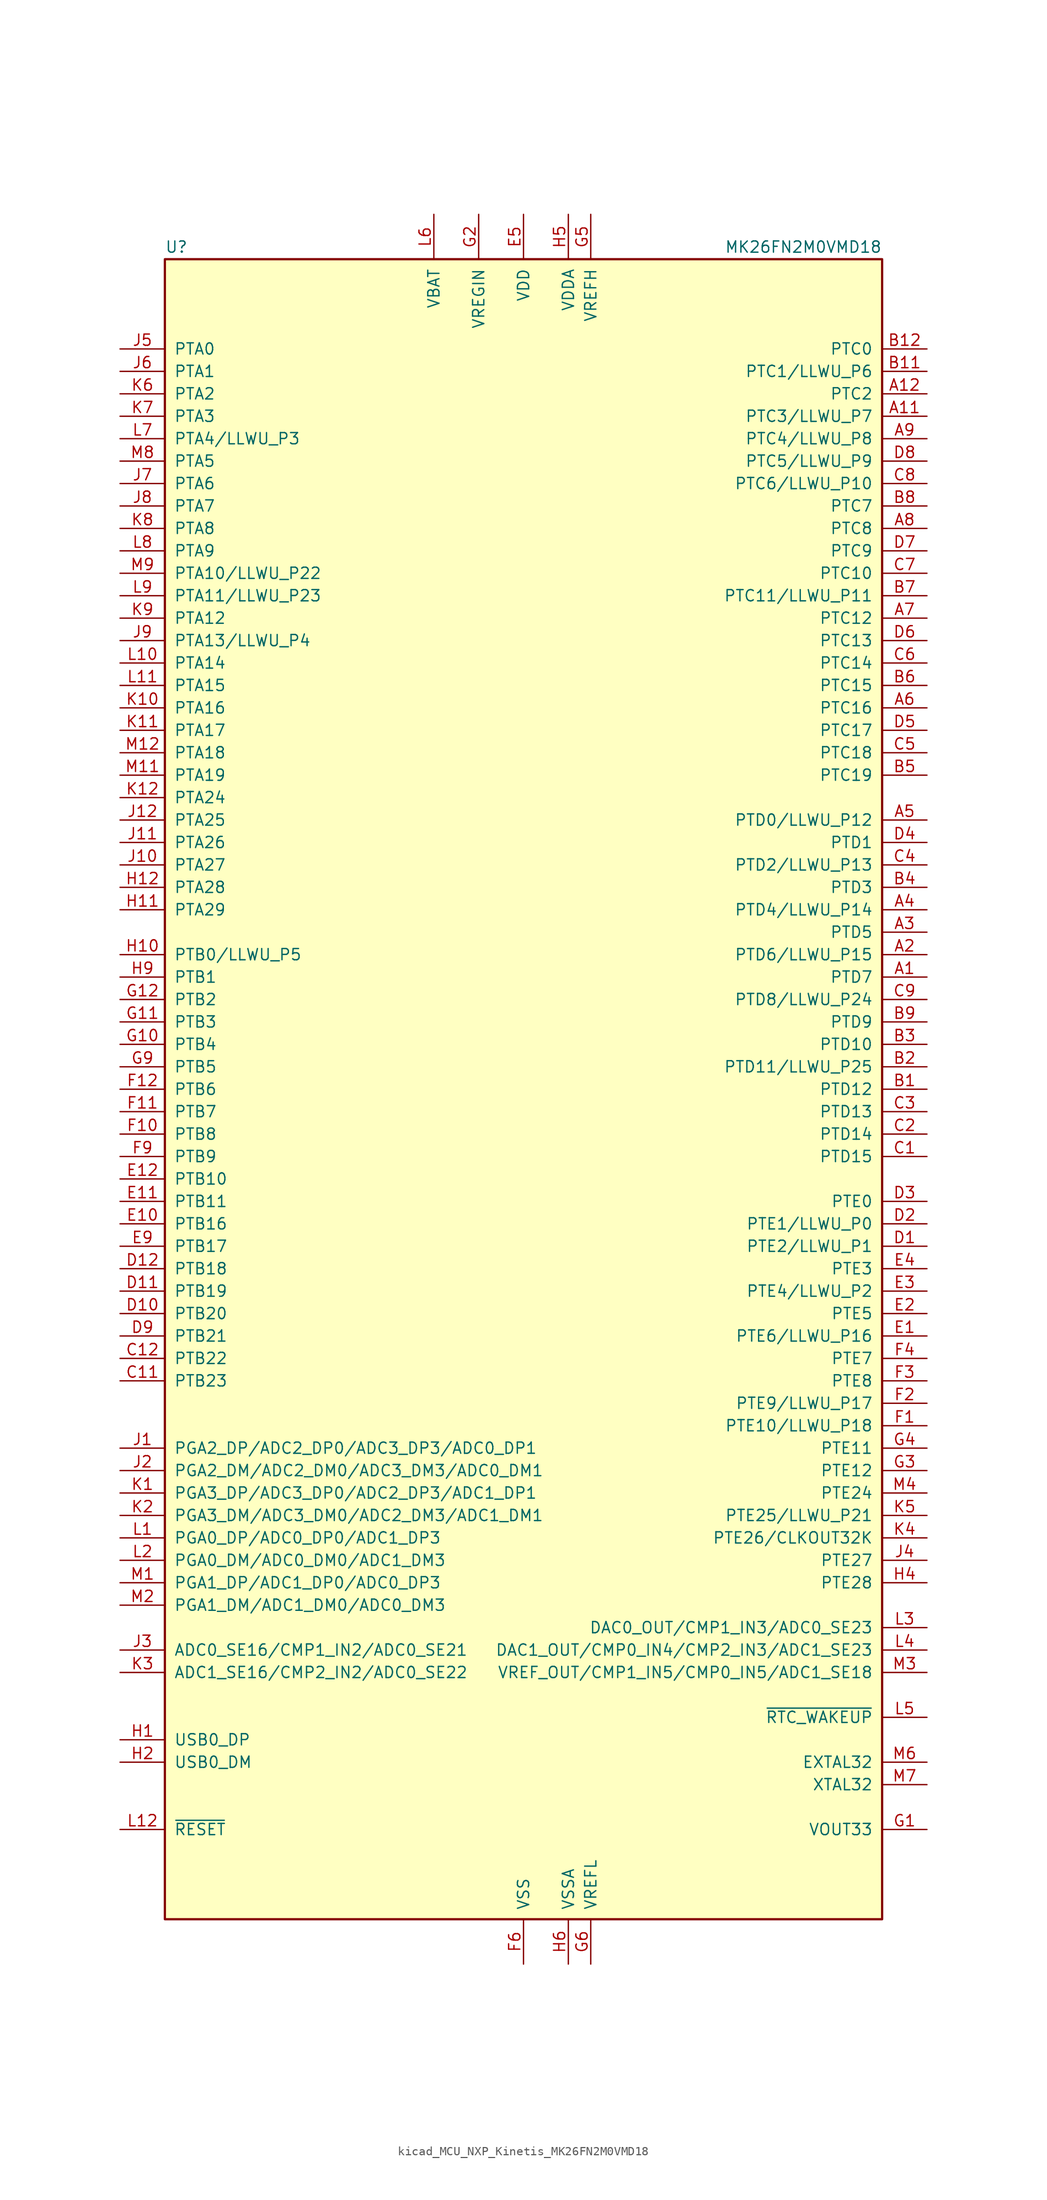
<source format=kicad_sym>
(kicad_symbol_lib
  (version 20220914)
  (generator kicad_symbol_editor)
  (symbol "kicad_MCU_NXP_Kinetis_MK26FN2M0VMD18"
    (pin_names
      (offset 1.016))
    (property "Reference" "U"
      (at -40.64 94.615 0)
      (effects (font (size 1.27 1.27)) (justify left bottom)))
    (property "Value" "MK26FN2M0VMD18"
      (at 40.64 94.615 0)
      (effects (font (size 1.27 1.27)) (justify right bottom)))
    (symbol "kicad_MCU_NXP_Kinetis_MK26FN2M0VMD18_0_1"
      (rectangle (start -40.64 93.98) (end 40.64 -93.98) (stroke (width 0.254) (type default)) (fill (type background))))
    (symbol "kicad_MCU_NXP_Kinetis_MK26FN2M0VMD18_1_1"
      (pin bidirectional line (at 45.72 12.7 180) (length 5.08) (name "PTD7" (effects (font (size 1.27 1.27)))) (number "A1" (effects (font (size 1.27 1.27)))))
      (pin no_connect line (at -12.7 -93.98 90) (length 5.08) hide (name "NC" (effects (font (size 1.27 1.27)))) (number "A10" (effects (font (size 1.27 1.27)))))
      (pin bidirectional line (at 45.72 76.2 180) (length 5.08) (name "PTC3/LLWU_P7" (effects (font (size 1.27 1.27)))) (number "A11" (effects (font (size 1.27 1.27)))))
      (pin bidirectional line (at 45.72 78.74 180) (length 5.08) (name "PTC2" (effects (font (size 1.27 1.27)))) (number "A12" (effects (font (size 1.27 1.27)))))
      (pin bidirectional line (at 45.72 15.24 180) (length 5.08) (name "PTD6/LLWU_P15" (effects (font (size 1.27 1.27)))) (number "A2" (effects (font (size 1.27 1.27)))))
      (pin bidirectional line (at 45.72 17.78 180) (length 5.08) (name "PTD5" (effects (font (size 1.27 1.27)))) (number "A3" (effects (font (size 1.27 1.27)))))
      (pin bidirectional line (at 45.72 20.32 180) (length 5.08) (name "PTD4/LLWU_P14" (effects (font (size 1.27 1.27)))) (number "A4" (effects (font (size 1.27 1.27)))))
      (pin bidirectional line (at 45.72 30.48 180) (length 5.08) (name "PTD0/LLWU_P12" (effects (font (size 1.27 1.27)))) (number "A5" (effects (font (size 1.27 1.27)))))
      (pin bidirectional line (at 45.72 43.18 180) (length 5.08) (name "PTC16" (effects (font (size 1.27 1.27)))) (number "A6" (effects (font (size 1.27 1.27)))))
      (pin bidirectional line (at 45.72 53.34 180) (length 5.08) (name "PTC12" (effects (font (size 1.27 1.27)))) (number "A7" (effects (font (size 1.27 1.27)))))
      (pin bidirectional line (at 45.72 63.5 180) (length 5.08) (name "PTC8" (effects (font (size 1.27 1.27)))) (number "A8" (effects (font (size 1.27 1.27)))))
      (pin bidirectional line (at 45.72 73.66 180) (length 5.08) (name "PTC4/LLWU_P8" (effects (font (size 1.27 1.27)))) (number "A9" (effects (font (size 1.27 1.27)))))
      (pin bidirectional line (at 45.72 0 180) (length 5.08) (name "PTD12" (effects (font (size 1.27 1.27)))) (number "B1" (effects (font (size 1.27 1.27)))))
      (pin no_connect line (at -10.16 -93.98 90) (length 5.08) hide (name "NC" (effects (font (size 1.27 1.27)))) (number "B10" (effects (font (size 1.27 1.27)))))
      (pin bidirectional line (at 45.72 81.28 180) (length 5.08) (name "PTC1/LLWU_P6" (effects (font (size 1.27 1.27)))) (number "B11" (effects (font (size 1.27 1.27)))))
      (pin bidirectional line (at 45.72 83.82 180) (length 5.08) (name "PTC0" (effects (font (size 1.27 1.27)))) (number "B12" (effects (font (size 1.27 1.27)))))
      (pin bidirectional line (at 45.72 2.54 180) (length 5.08) (name "PTD11/LLWU_P25" (effects (font (size 1.27 1.27)))) (number "B2" (effects (font (size 1.27 1.27)))))
      (pin bidirectional line (at 45.72 5.08 180) (length 5.08) (name "PTD10" (effects (font (size 1.27 1.27)))) (number "B3" (effects (font (size 1.27 1.27)))))
      (pin bidirectional line (at 45.72 22.86 180) (length 5.08) (name "PTD3" (effects (font (size 1.27 1.27)))) (number "B4" (effects (font (size 1.27 1.27)))))
      (pin bidirectional line (at 45.72 35.56 180) (length 5.08) (name "PTC19" (effects (font (size 1.27 1.27)))) (number "B5" (effects (font (size 1.27 1.27)))))
      (pin bidirectional line (at 45.72 45.72 180) (length 5.08) (name "PTC15" (effects (font (size 1.27 1.27)))) (number "B6" (effects (font (size 1.27 1.27)))))
      (pin bidirectional line (at 45.72 55.88 180) (length 5.08) (name "PTC11/LLWU_P11" (effects (font (size 1.27 1.27)))) (number "B7" (effects (font (size 1.27 1.27)))))
      (pin bidirectional line (at 45.72 66.04 180) (length 5.08) (name "PTC7" (effects (font (size 1.27 1.27)))) (number "B8" (effects (font (size 1.27 1.27)))))
      (pin bidirectional line (at 45.72 7.62 180) (length 5.08) (name "PTD9" (effects (font (size 1.27 1.27)))) (number "B9" (effects (font (size 1.27 1.27)))))
      (pin bidirectional line (at 45.72 -7.62 180) (length 5.08) (name "PTD15" (effects (font (size 1.27 1.27)))) (number "C1" (effects (font (size 1.27 1.27)))))
      (pin no_connect line (at -7.62 -93.98 90) (length 5.08) hide (name "NC" (effects (font (size 1.27 1.27)))) (number "C10" (effects (font (size 1.27 1.27)))))
      (pin bidirectional line (at -45.72 -33.02 0) (length 5.08) (name "PTB23" (effects (font (size 1.27 1.27)))) (number "C11" (effects (font (size 1.27 1.27)))))
      (pin bidirectional line (at -45.72 -30.48 0) (length 5.08) (name "PTB22" (effects (font (size 1.27 1.27)))) (number "C12" (effects (font (size 1.27 1.27)))))
      (pin bidirectional line (at 45.72 -5.08 180) (length 5.08) (name "PTD14" (effects (font (size 1.27 1.27)))) (number "C2" (effects (font (size 1.27 1.27)))))
      (pin bidirectional line (at 45.72 -2.54 180) (length 5.08) (name "PTD13" (effects (font (size 1.27 1.27)))) (number "C3" (effects (font (size 1.27 1.27)))))
      (pin bidirectional line (at 45.72 25.4 180) (length 5.08) (name "PTD2/LLWU_P13" (effects (font (size 1.27 1.27)))) (number "C4" (effects (font (size 1.27 1.27)))))
      (pin bidirectional line (at 45.72 38.1 180) (length 5.08) (name "PTC18" (effects (font (size 1.27 1.27)))) (number "C5" (effects (font (size 1.27 1.27)))))
      (pin bidirectional line (at 45.72 48.26 180) (length 5.08) (name "PTC14" (effects (font (size 1.27 1.27)))) (number "C6" (effects (font (size 1.27 1.27)))))
      (pin bidirectional line (at 45.72 58.42 180) (length 5.08) (name "PTC10" (effects (font (size 1.27 1.27)))) (number "C7" (effects (font (size 1.27 1.27)))))
      (pin bidirectional line (at 45.72 68.58 180) (length 5.08) (name "PTC6/LLWU_P10" (effects (font (size 1.27 1.27)))) (number "C8" (effects (font (size 1.27 1.27)))))
      (pin bidirectional line (at 45.72 10.16 180) (length 5.08) (name "PTD8/LLWU_P24" (effects (font (size 1.27 1.27)))) (number "C9" (effects (font (size 1.27 1.27)))))
      (pin bidirectional line (at 45.72 -17.78 180) (length 5.08) (name "PTE2/LLWU_P1" (effects (font (size 1.27 1.27)))) (number "D1" (effects (font (size 1.27 1.27)))))
      (pin bidirectional line (at -45.72 -25.4 0) (length 5.08) (name "PTB20" (effects (font (size 1.27 1.27)))) (number "D10" (effects (font (size 1.27 1.27)))))
      (pin bidirectional line (at -45.72 -22.86 0) (length 5.08) (name "PTB19" (effects (font (size 1.27 1.27)))) (number "D11" (effects (font (size 1.27 1.27)))))
      (pin bidirectional line (at -45.72 -20.32 0) (length 5.08) (name "PTB18" (effects (font (size 1.27 1.27)))) (number "D12" (effects (font (size 1.27 1.27)))))
      (pin bidirectional line (at 45.72 -15.24 180) (length 5.08) (name "PTE1/LLWU_P0" (effects (font (size 1.27 1.27)))) (number "D2" (effects (font (size 1.27 1.27)))))
      (pin bidirectional line (at 45.72 -12.7 180) (length 5.08) (name "PTE0" (effects (font (size 1.27 1.27)))) (number "D3" (effects (font (size 1.27 1.27)))))
      (pin bidirectional line (at 45.72 27.94 180) (length 5.08) (name "PTD1" (effects (font (size 1.27 1.27)))) (number "D4" (effects (font (size 1.27 1.27)))))
      (pin bidirectional line (at 45.72 40.64 180) (length 5.08) (name "PTC17" (effects (font (size 1.27 1.27)))) (number "D5" (effects (font (size 1.27 1.27)))))
      (pin bidirectional line (at 45.72 50.8 180) (length 5.08) (name "PTC13" (effects (font (size 1.27 1.27)))) (number "D6" (effects (font (size 1.27 1.27)))))
      (pin bidirectional line (at 45.72 60.96 180) (length 5.08) (name "PTC9" (effects (font (size 1.27 1.27)))) (number "D7" (effects (font (size 1.27 1.27)))))
      (pin bidirectional line (at 45.72 71.12 180) (length 5.08) (name "PTC5/LLWU_P9" (effects (font (size 1.27 1.27)))) (number "D8" (effects (font (size 1.27 1.27)))))
      (pin bidirectional line (at -45.72 -27.94 0) (length 5.08) (name "PTB21" (effects (font (size 1.27 1.27)))) (number "D9" (effects (font (size 1.27 1.27)))))
      (pin bidirectional line (at 45.72 -27.94 180) (length 5.08) (name "PTE6/LLWU_P16" (effects (font (size 1.27 1.27)))) (number "E1" (effects (font (size 1.27 1.27)))))
      (pin bidirectional line (at -45.72 -15.24 0) (length 5.08) (name "PTB16" (effects (font (size 1.27 1.27)))) (number "E10" (effects (font (size 1.27 1.27)))))
      (pin bidirectional line (at -45.72 -12.7 0) (length 5.08) (name "PTB11" (effects (font (size 1.27 1.27)))) (number "E11" (effects (font (size 1.27 1.27)))))
      (pin bidirectional line (at -45.72 -10.16 0) (length 5.08) (name "PTB10" (effects (font (size 1.27 1.27)))) (number "E12" (effects (font (size 1.27 1.27)))))
      (pin bidirectional line (at 45.72 -25.4 180) (length 5.08) (name "PTE5" (effects (font (size 1.27 1.27)))) (number "E2" (effects (font (size 1.27 1.27)))))
      (pin bidirectional line (at 45.72 -22.86 180) (length 5.08) (name "PTE4/LLWU_P2" (effects (font (size 1.27 1.27)))) (number "E3" (effects (font (size 1.27 1.27)))))
      (pin bidirectional line (at 45.72 -20.32 180) (length 5.08) (name "PTE3" (effects (font (size 1.27 1.27)))) (number "E4" (effects (font (size 1.27 1.27)))))
      (pin power_in line (at 0 99.06 270) (length 5.08) (name "VDD" (effects (font (size 1.27 1.27)))) (number "E5" (effects (font (size 1.27 1.27)))))
      (pin passive line (at 0 99.06 270) (length 5.08) hide (name "VDD" (effects (font (size 1.27 1.27)))) (number "E6" (effects (font (size 1.27 1.27)))))
      (pin passive line (at 0 99.06 270) (length 5.08) hide (name "VDD" (effects (font (size 1.27 1.27)))) (number "E7" (effects (font (size 1.27 1.27)))))
      (pin passive line (at 0 99.06 270) (length 5.08) hide (name "VDD" (effects (font (size 1.27 1.27)))) (number "E8" (effects (font (size 1.27 1.27)))))
      (pin bidirectional line (at -45.72 -17.78 0) (length 5.08) (name "PTB17" (effects (font (size 1.27 1.27)))) (number "E9" (effects (font (size 1.27 1.27)))))
      (pin bidirectional line (at 45.72 -38.1 180) (length 5.08) (name "PTE10/LLWU_P18" (effects (font (size 1.27 1.27)))) (number "F1" (effects (font (size 1.27 1.27)))))
      (pin bidirectional line (at -45.72 -5.08 0) (length 5.08) (name "PTB8" (effects (font (size 1.27 1.27)))) (number "F10" (effects (font (size 1.27 1.27)))))
      (pin bidirectional line (at -45.72 -2.54 0) (length 5.08) (name "PTB7" (effects (font (size 1.27 1.27)))) (number "F11" (effects (font (size 1.27 1.27)))))
      (pin bidirectional line (at -45.72 0 0) (length 5.08) (name "PTB6" (effects (font (size 1.27 1.27)))) (number "F12" (effects (font (size 1.27 1.27)))))
      (pin bidirectional line (at 45.72 -35.56 180) (length 5.08) (name "PTE9/LLWU_P17" (effects (font (size 1.27 1.27)))) (number "F2" (effects (font (size 1.27 1.27)))))
      (pin bidirectional line (at 45.72 -33.02 180) (length 5.08) (name "PTE8" (effects (font (size 1.27 1.27)))) (number "F3" (effects (font (size 1.27 1.27)))))
      (pin bidirectional line (at 45.72 -30.48 180) (length 5.08) (name "PTE7" (effects (font (size 1.27 1.27)))) (number "F4" (effects (font (size 1.27 1.27)))))
      (pin passive line (at 0 99.06 270) (length 5.08) hide (name "VDD" (effects (font (size 1.27 1.27)))) (number "F5" (effects (font (size 1.27 1.27)))))
      (pin power_in line (at 0 -99.06 90) (length 5.08) (name "VSS" (effects (font (size 1.27 1.27)))) (number "F6" (effects (font (size 1.27 1.27)))))
      (pin passive line (at 0 -99.06 90) (length 5.08) hide (name "VSS" (effects (font (size 1.27 1.27)))) (number "F7" (effects (font (size 1.27 1.27)))))
      (pin passive line (at 0 99.06 270) (length 5.08) hide (name "VDD" (effects (font (size 1.27 1.27)))) (number "F8" (effects (font (size 1.27 1.27)))))
      (pin bidirectional line (at -45.72 -7.62 0) (length 5.08) (name "PTB9" (effects (font (size 1.27 1.27)))) (number "F9" (effects (font (size 1.27 1.27)))))
      (pin power_out line (at 45.72 -83.82 180) (length 5.08) (name "VOUT33" (effects (font (size 1.27 1.27)))) (number "G1" (effects (font (size 1.27 1.27)))))
      (pin bidirectional line (at -45.72 5.08 0) (length 5.08) (name "PTB4" (effects (font (size 1.27 1.27)))) (number "G10" (effects (font (size 1.27 1.27)))))
      (pin bidirectional line (at -45.72 7.62 0) (length 5.08) (name "PTB3" (effects (font (size 1.27 1.27)))) (number "G11" (effects (font (size 1.27 1.27)))))
      (pin bidirectional line (at -45.72 10.16 0) (length 5.08) (name "PTB2" (effects (font (size 1.27 1.27)))) (number "G12" (effects (font (size 1.27 1.27)))))
      (pin power_in line (at -5.08 99.06 270) (length 5.08) (name "VREGIN" (effects (font (size 1.27 1.27)))) (number "G2" (effects (font (size 1.27 1.27)))))
      (pin bidirectional line (at 45.72 -43.18 180) (length 5.08) (name "PTE12" (effects (font (size 1.27 1.27)))) (number "G3" (effects (font (size 1.27 1.27)))))
      (pin bidirectional line (at 45.72 -40.64 180) (length 5.08) (name "PTE11" (effects (font (size 1.27 1.27)))) (number "G4" (effects (font (size 1.27 1.27)))))
      (pin power_in line (at 7.62 99.06 270) (length 5.08) (name "VREFH" (effects (font (size 1.27 1.27)))) (number "G5" (effects (font (size 1.27 1.27)))))
      (pin power_in line (at 7.62 -99.06 90) (length 5.08) (name "VREFL" (effects (font (size 1.27 1.27)))) (number "G6" (effects (font (size 1.27 1.27)))))
      (pin passive line (at 0 -99.06 90) (length 5.08) hide (name "VSS" (effects (font (size 1.27 1.27)))) (number "G7" (effects (font (size 1.27 1.27)))))
      (pin passive line (at 0 -99.06 90) (length 5.08) hide (name "VSS" (effects (font (size 1.27 1.27)))) (number "G8" (effects (font (size 1.27 1.27)))))
      (pin bidirectional line (at -45.72 2.54 0) (length 5.08) (name "PTB5" (effects (font (size 1.27 1.27)))) (number "G9" (effects (font (size 1.27 1.27)))))
      (pin bidirectional line (at -45.72 -73.66 0) (length 5.08) (name "USB0_DP" (effects (font (size 1.27 1.27)))) (number "H1" (effects (font (size 1.27 1.27)))))
      (pin bidirectional line (at -45.72 15.24 0) (length 5.08) (name "PTB0/LLWU_P5" (effects (font (size 1.27 1.27)))) (number "H10" (effects (font (size 1.27 1.27)))))
      (pin bidirectional line (at -45.72 20.32 0) (length 5.08) (name "PTA29" (effects (font (size 1.27 1.27)))) (number "H11" (effects (font (size 1.27 1.27)))))
      (pin bidirectional line (at -45.72 22.86 0) (length 5.08) (name "PTA28" (effects (font (size 1.27 1.27)))) (number "H12" (effects (font (size 1.27 1.27)))))
      (pin bidirectional line (at -45.72 -76.2 0) (length 5.08) (name "USB0_DM" (effects (font (size 1.27 1.27)))) (number "H2" (effects (font (size 1.27 1.27)))))
      (pin passive line (at 0 -99.06 90) (length 5.08) hide (name "VSS" (effects (font (size 1.27 1.27)))) (number "H3" (effects (font (size 1.27 1.27)))))
      (pin bidirectional line (at 45.72 -55.88 180) (length 5.08) (name "PTE28" (effects (font (size 1.27 1.27)))) (number "H4" (effects (font (size 1.27 1.27)))))
      (pin power_in line (at 5.08 99.06 270) (length 5.08) (name "VDDA" (effects (font (size 1.27 1.27)))) (number "H5" (effects (font (size 1.27 1.27)))))
      (pin power_in line (at 5.08 -99.06 90) (length 5.08) (name "VSSA" (effects (font (size 1.27 1.27)))) (number "H6" (effects (font (size 1.27 1.27)))))
      (pin passive line (at 0 -99.06 90) (length 5.08) hide (name "VSS" (effects (font (size 1.27 1.27)))) (number "H7" (effects (font (size 1.27 1.27)))))
      (pin passive line (at 0 -99.06 90) (length 5.08) hide (name "VSS" (effects (font (size 1.27 1.27)))) (number "H8" (effects (font (size 1.27 1.27)))))
      (pin bidirectional line (at -45.72 12.7 0) (length 5.08) (name "PTB1" (effects (font (size 1.27 1.27)))) (number "H9" (effects (font (size 1.27 1.27)))))
      (pin input line (at -45.72 -40.64 0) (length 5.08) (name "PGA2_DP/ADC2_DP0/ADC3_DP3/ADC0_DP1" (effects (font (size 1.27 1.27)))) (number "J1" (effects (font (size 1.27 1.27)))))
      (pin bidirectional line (at -45.72 25.4 0) (length 5.08) (name "PTA27" (effects (font (size 1.27 1.27)))) (number "J10" (effects (font (size 1.27 1.27)))))
      (pin bidirectional line (at -45.72 27.94 0) (length 5.08) (name "PTA26" (effects (font (size 1.27 1.27)))) (number "J11" (effects (font (size 1.27 1.27)))))
      (pin bidirectional line (at -45.72 30.48 0) (length 5.08) (name "PTA25" (effects (font (size 1.27 1.27)))) (number "J12" (effects (font (size 1.27 1.27)))))
      (pin input line (at -45.72 -43.18 0) (length 5.08) (name "PGA2_DM/ADC2_DM0/ADC3_DM3/ADC0_DM1" (effects (font (size 1.27 1.27)))) (number "J2" (effects (font (size 1.27 1.27)))))
      (pin input line (at -45.72 -63.5 0) (length 5.08) (name "ADC0_SE16/CMP1_IN2/ADC0_SE21" (effects (font (size 1.27 1.27)))) (number "J3" (effects (font (size 1.27 1.27)))))
      (pin bidirectional line (at 45.72 -53.34 180) (length 5.08) (name "PTE27" (effects (font (size 1.27 1.27)))) (number "J4" (effects (font (size 1.27 1.27)))))
      (pin bidirectional line (at -45.72 83.82 0) (length 5.08) (name "PTA0" (effects (font (size 1.27 1.27)))) (number "J5" (effects (font (size 1.27 1.27)))))
      (pin bidirectional line (at -45.72 81.28 0) (length 5.08) (name "PTA1" (effects (font (size 1.27 1.27)))) (number "J6" (effects (font (size 1.27 1.27)))))
      (pin bidirectional line (at -45.72 68.58 0) (length 5.08) (name "PTA6" (effects (font (size 1.27 1.27)))) (number "J7" (effects (font (size 1.27 1.27)))))
      (pin bidirectional line (at -45.72 66.04 0) (length 5.08) (name "PTA7" (effects (font (size 1.27 1.27)))) (number "J8" (effects (font (size 1.27 1.27)))))
      (pin bidirectional line (at -45.72 50.8 0) (length 5.08) (name "PTA13/LLWU_P4" (effects (font (size 1.27 1.27)))) (number "J9" (effects (font (size 1.27 1.27)))))
      (pin input line (at -45.72 -45.72 0) (length 5.08) (name "PGA3_DP/ADC3_DP0/ADC2_DP3/ADC1_DP1" (effects (font (size 1.27 1.27)))) (number "K1" (effects (font (size 1.27 1.27)))))
      (pin bidirectional line (at -45.72 43.18 0) (length 5.08) (name "PTA16" (effects (font (size 1.27 1.27)))) (number "K10" (effects (font (size 1.27 1.27)))))
      (pin bidirectional line (at -45.72 40.64 0) (length 5.08) (name "PTA17" (effects (font (size 1.27 1.27)))) (number "K11" (effects (font (size 1.27 1.27)))))
      (pin bidirectional line (at -45.72 33.02 0) (length 5.08) (name "PTA24" (effects (font (size 1.27 1.27)))) (number "K12" (effects (font (size 1.27 1.27)))))
      (pin input line (at -45.72 -48.26 0) (length 5.08) (name "PGA3_DM/ADC3_DM0/ADC2_DM3/ADC1_DM1" (effects (font (size 1.27 1.27)))) (number "K2" (effects (font (size 1.27 1.27)))))
      (pin input line (at -45.72 -66.04 0) (length 5.08) (name "ADC1_SE16/CMP2_IN2/ADC0_SE22" (effects (font (size 1.27 1.27)))) (number "K3" (effects (font (size 1.27 1.27)))))
      (pin bidirectional line (at 45.72 -50.8 180) (length 5.08) (name "PTE26/CLKOUT32K" (effects (font (size 1.27 1.27)))) (number "K4" (effects (font (size 1.27 1.27)))))
      (pin bidirectional line (at 45.72 -48.26 180) (length 5.08) (name "PTE25/LLWU_P21" (effects (font (size 1.27 1.27)))) (number "K5" (effects (font (size 1.27 1.27)))))
      (pin bidirectional line (at -45.72 78.74 0) (length 5.08) (name "PTA2" (effects (font (size 1.27 1.27)))) (number "K6" (effects (font (size 1.27 1.27)))))
      (pin bidirectional line (at -45.72 76.2 0) (length 5.08) (name "PTA3" (effects (font (size 1.27 1.27)))) (number "K7" (effects (font (size 1.27 1.27)))))
      (pin bidirectional line (at -45.72 63.5 0) (length 5.08) (name "PTA8" (effects (font (size 1.27 1.27)))) (number "K8" (effects (font (size 1.27 1.27)))))
      (pin bidirectional line (at -45.72 53.34 0) (length 5.08) (name "PTA12" (effects (font (size 1.27 1.27)))) (number "K9" (effects (font (size 1.27 1.27)))))
      (pin input line (at -45.72 -50.8 0) (length 5.08) (name "PGA0_DP/ADC0_DP0/ADC1_DP3" (effects (font (size 1.27 1.27)))) (number "L1" (effects (font (size 1.27 1.27)))))
      (pin bidirectional line (at -45.72 48.26 0) (length 5.08) (name "PTA14" (effects (font (size 1.27 1.27)))) (number "L10" (effects (font (size 1.27 1.27)))))
      (pin bidirectional line (at -45.72 45.72 0) (length 5.08) (name "PTA15" (effects (font (size 1.27 1.27)))) (number "L11" (effects (font (size 1.27 1.27)))))
      (pin bidirectional line (at -45.72 -83.82 0) (length 5.08) (name "~{RESET}" (effects (font (size 1.27 1.27)))) (number "L12" (effects (font (size 1.27 1.27)))))
      (pin input line (at -45.72 -53.34 0) (length 5.08) (name "PGA0_DM/ADC0_DM0/ADC1_DM3" (effects (font (size 1.27 1.27)))) (number "L2" (effects (font (size 1.27 1.27)))))
      (pin bidirectional line (at 45.72 -60.96 180) (length 5.08) (name "DAC0_OUT/CMP1_IN3/ADC0_SE23" (effects (font (size 1.27 1.27)))) (number "L3" (effects (font (size 1.27 1.27)))))
      (pin bidirectional line (at 45.72 -63.5 180) (length 5.08) (name "DAC1_OUT/CMP0_IN4/CMP2_IN3/ADC1_SE23" (effects (font (size 1.27 1.27)))) (number "L4" (effects (font (size 1.27 1.27)))))
      (pin output line (at 45.72 -71.12 180) (length 5.08) (name "~{RTC_WAKEUP}" (effects (font (size 1.27 1.27)))) (number "L5" (effects (font (size 1.27 1.27)))))
      (pin power_in line (at -10.16 99.06 270) (length 5.08) (name "VBAT" (effects (font (size 1.27 1.27)))) (number "L6" (effects (font (size 1.27 1.27)))))
      (pin bidirectional line (at -45.72 73.66 0) (length 5.08) (name "PTA4/LLWU_P3" (effects (font (size 1.27 1.27)))) (number "L7" (effects (font (size 1.27 1.27)))))
      (pin bidirectional line (at -45.72 60.96 0) (length 5.08) (name "PTA9" (effects (font (size 1.27 1.27)))) (number "L8" (effects (font (size 1.27 1.27)))))
      (pin bidirectional line (at -45.72 55.88 0) (length 5.08) (name "PTA11/LLWU_P23" (effects (font (size 1.27 1.27)))) (number "L9" (effects (font (size 1.27 1.27)))))
      (pin input line (at -45.72 -55.88 0) (length 5.08) (name "PGA1_DP/ADC1_DP0/ADC0_DP3" (effects (font (size 1.27 1.27)))) (number "M1" (effects (font (size 1.27 1.27)))))
      (pin passive line (at 0 -99.06 90) (length 5.08) hide (name "VSS" (effects (font (size 1.27 1.27)))) (number "M10" (effects (font (size 1.27 1.27)))))
      (pin bidirectional line (at -45.72 35.56 0) (length 5.08) (name "PTA19" (effects (font (size 1.27 1.27)))) (number "M11" (effects (font (size 1.27 1.27)))))
      (pin bidirectional line (at -45.72 38.1 0) (length 5.08) (name "PTA18" (effects (font (size 1.27 1.27)))) (number "M12" (effects (font (size 1.27 1.27)))))
      (pin input line (at -45.72 -58.42 0) (length 5.08) (name "PGA1_DM/ADC1_DM0/ADC0_DM3" (effects (font (size 1.27 1.27)))) (number "M2" (effects (font (size 1.27 1.27)))))
      (pin bidirectional line (at 45.72 -66.04 180) (length 5.08) (name "VREF_OUT/CMP1_IN5/CMP0_IN5/ADC1_SE18" (effects (font (size 1.27 1.27)))) (number "M3" (effects (font (size 1.27 1.27)))))
      (pin bidirectional line (at 45.72 -45.72 180) (length 5.08) (name "PTE24" (effects (font (size 1.27 1.27)))) (number "M4" (effects (font (size 1.27 1.27)))))
      (pin no_connect line (at -5.08 -93.98 90) (length 5.08) hide (name "NC" (effects (font (size 1.27 1.27)))) (number "M5" (effects (font (size 1.27 1.27)))))
      (pin input line (at 45.72 -76.2 180) (length 5.08) (name "EXTAL32" (effects (font (size 1.27 1.27)))) (number "M6" (effects (font (size 1.27 1.27)))))
      (pin output line (at 45.72 -78.74 180) (length 5.08) (name "XTAL32" (effects (font (size 1.27 1.27)))) (number "M7" (effects (font (size 1.27 1.27)))))
      (pin bidirectional line (at -45.72 71.12 0) (length 5.08) (name "PTA5" (effects (font (size 1.27 1.27)))) (number "M8" (effects (font (size 1.27 1.27)))))
      (pin bidirectional line (at -45.72 58.42 0) (length 5.08) (name "PTA10/LLWU_P22" (effects (font (size 1.27 1.27)))) (number "M9" (effects (font (size 1.27 1.27))))))))
</source>
